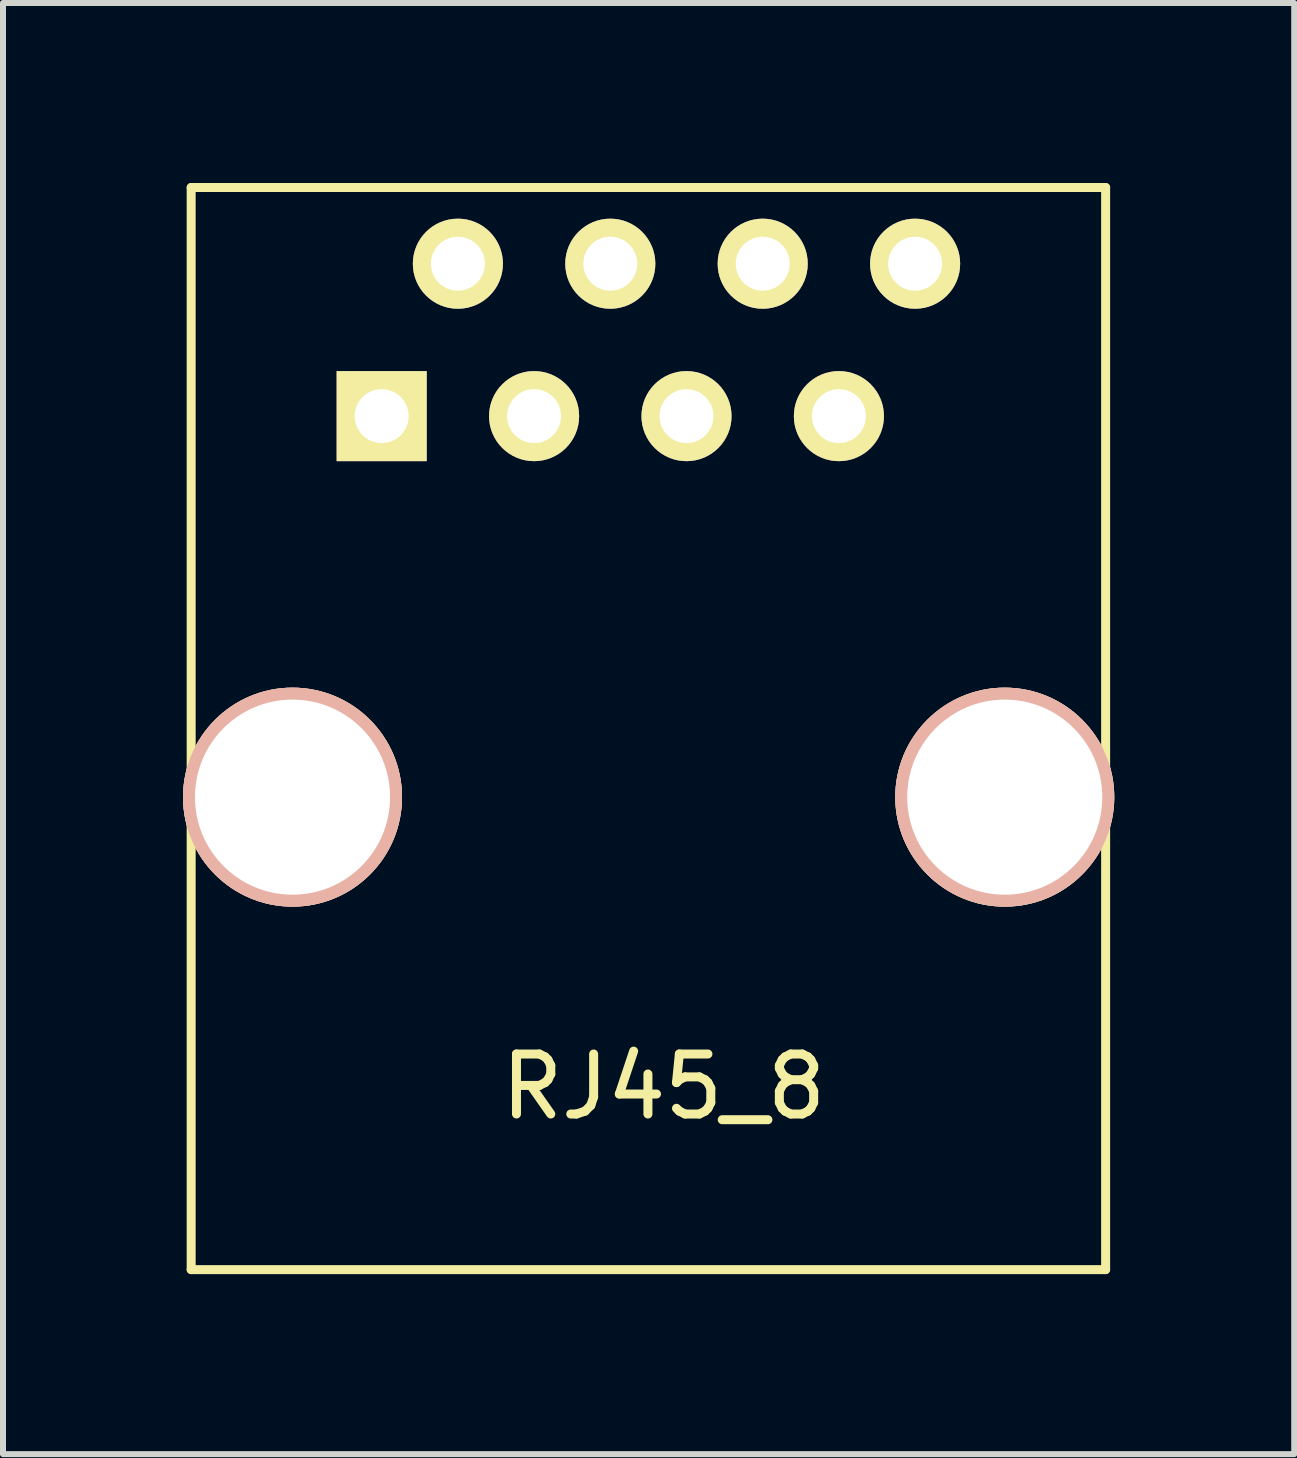
<source format=kicad_pcb>
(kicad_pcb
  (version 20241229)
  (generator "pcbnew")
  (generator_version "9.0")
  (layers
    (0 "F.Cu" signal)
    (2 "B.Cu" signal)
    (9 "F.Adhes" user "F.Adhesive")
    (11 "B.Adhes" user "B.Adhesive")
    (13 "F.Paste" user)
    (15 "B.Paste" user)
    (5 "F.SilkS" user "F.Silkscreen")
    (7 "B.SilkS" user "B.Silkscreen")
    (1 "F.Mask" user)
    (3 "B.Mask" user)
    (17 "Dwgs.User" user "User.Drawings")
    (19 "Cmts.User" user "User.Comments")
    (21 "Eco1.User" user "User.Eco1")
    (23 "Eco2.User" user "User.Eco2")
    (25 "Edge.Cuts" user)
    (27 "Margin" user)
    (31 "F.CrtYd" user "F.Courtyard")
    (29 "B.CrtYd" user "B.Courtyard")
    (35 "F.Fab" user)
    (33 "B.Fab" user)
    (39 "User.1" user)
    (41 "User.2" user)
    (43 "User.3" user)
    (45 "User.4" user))
  (footprint "RJ45_8"
    (layer "F.Cu")
    (at 7.756 10.235)
    (property "Reference" "RJ45_8" (at 0.254 4.826 0) (layer "F.SilkS") (effects (font (size 1 1) (thickness 0.15))))
    (attr through_hole)
    (fp_line (start -7.62 -10.16) (end -7.62 7.874) (stroke (width 0.15) (type solid)) (layer "F.SilkS"))
    (fp_line (start -7.62 7.874) (end 7.62 7.874) (stroke (width 0.15) (type solid)) (layer "F.SilkS"))
    (fp_line (start 7.62 -10.16) (end -7.62 -10.16) (stroke (width 0.15) (type solid)) (layer "F.SilkS"))
    (fp_line (start 7.62 7.874) (end 7.62 -10.16) (stroke (width 0.15) (type solid)) (layer "F.SilkS"))
    (pad "" np_thru_hole circle (at -5.931 0) (size 3.65 3.65) (drill 3.251) (layers "*.Cu" "*.SilkS" "*.Mask"))
    (pad "" np_thru_hole circle (at 5.939 0) (size 3.65 3.65) (drill 3.251) (layers "*.Cu" "*.SilkS" "*.Mask"))
    (pad "1" thru_hole rect (at -4.445 -6.35) (size 1.501 1.501) (drill 0.899) (layers "*.Cu" "*.Mask" "F.SilkS"))
    (pad "2" thru_hole circle (at -3.175 -8.89) (size 1.501 1.501) (drill 0.899) (layers "*.Cu" "*.Mask" "F.SilkS"))
    (pad "3" thru_hole circle (at -1.905 -6.35) (size 1.501 1.501) (drill 0.899) (layers "*.Cu" "*.Mask" "F.SilkS"))
    (pad "4" thru_hole circle (at -0.635 -8.89) (size 1.501 1.501) (drill 0.899) (layers "*.Cu" "*.Mask" "F.SilkS"))
    (pad "5" thru_hole circle (at 0.635 -6.35) (size 1.501 1.501) (drill 0.899) (layers "*.Cu" "*.Mask" "F.SilkS"))
    (pad "6" thru_hole circle (at 1.905 -8.89) (size 1.501 1.501) (drill 0.899) (layers "*.Cu" "*.Mask" "F.SilkS"))
    (pad "7" thru_hole circle (at 3.175 -6.35) (size 1.501 1.501) (drill 0.899) (layers "*.Cu" "*.Mask" "F.SilkS"))
    (pad "8" thru_hole circle (at 4.445 -8.89) (size 1.501 1.501) (drill 0.899) (layers "*.Cu" "*.Mask" "F.SilkS")))
  (gr_rect
    (start -3 -3)
    (end 18.519 21.184)
    (stroke (width 0.1) (type default))
    (fill no)
    (layer "Edge.Cuts")))
</source>
